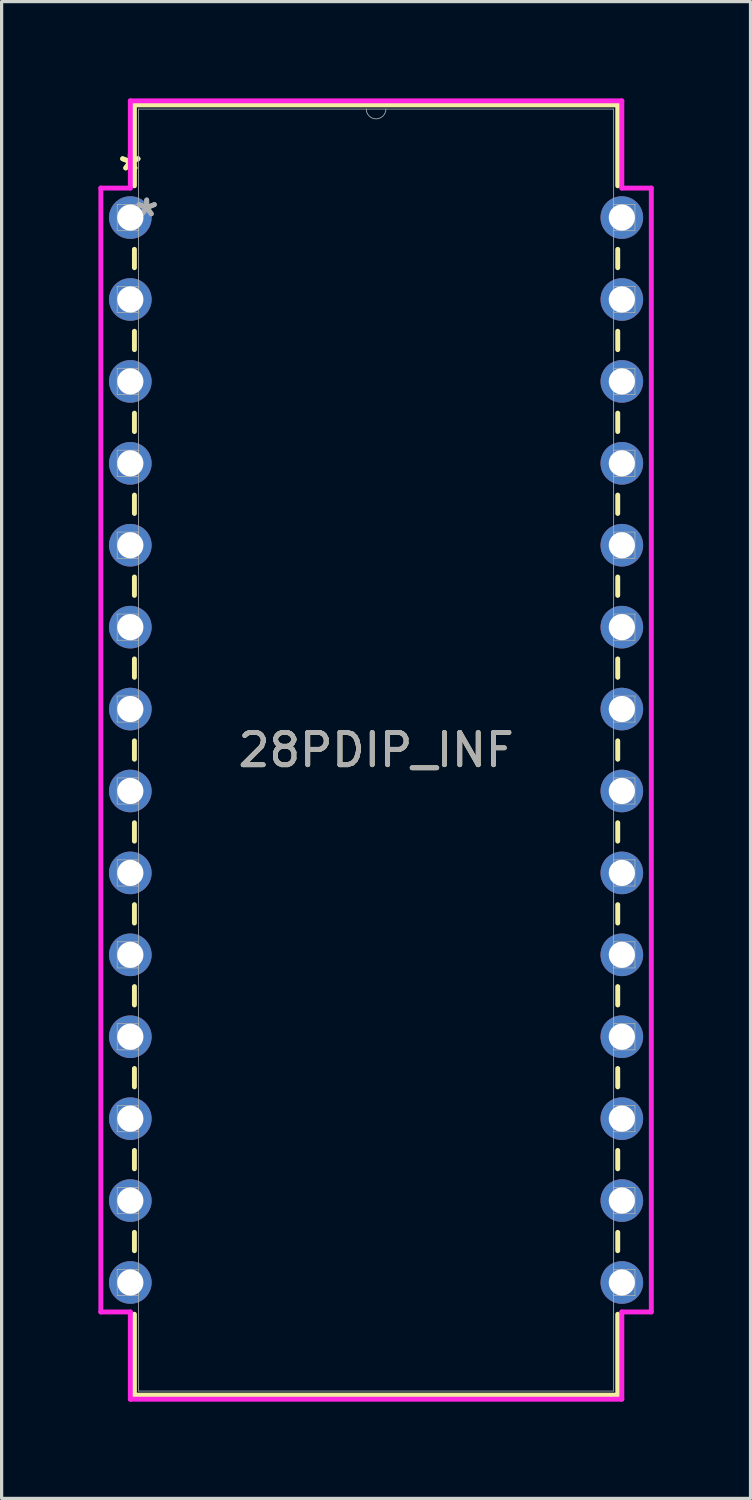
<source format=kicad_pcb>
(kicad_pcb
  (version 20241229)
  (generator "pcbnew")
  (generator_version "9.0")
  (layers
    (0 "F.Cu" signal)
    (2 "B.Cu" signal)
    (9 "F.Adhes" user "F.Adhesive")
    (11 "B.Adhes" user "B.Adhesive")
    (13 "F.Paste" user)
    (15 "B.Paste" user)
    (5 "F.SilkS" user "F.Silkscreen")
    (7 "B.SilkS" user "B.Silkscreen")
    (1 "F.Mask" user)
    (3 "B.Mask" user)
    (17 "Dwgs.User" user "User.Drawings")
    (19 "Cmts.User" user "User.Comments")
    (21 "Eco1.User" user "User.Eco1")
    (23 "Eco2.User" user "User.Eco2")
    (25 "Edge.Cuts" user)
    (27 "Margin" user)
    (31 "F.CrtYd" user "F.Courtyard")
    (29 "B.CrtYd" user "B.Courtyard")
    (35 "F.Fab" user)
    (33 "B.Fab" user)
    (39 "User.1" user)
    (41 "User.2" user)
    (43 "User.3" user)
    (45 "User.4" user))
  (footprint "28PDIP_INF"
    (layer "F.Cu")
    (at 0.991 3.696)
    (property "Reference" "28PDIP_INF" (at 7.62 16.51 0) (unlocked yes) (layer "F.SilkS") (effects (font (size 1 1) (thickness 0.15))))
    (attr through_hole)
    (fp_line (start 0.127 -3.493) (end 0.127 -0.985) (stroke (width 0.152) (type solid)) (layer "F.SilkS"))
    (fp_line (start 0.127 0.985) (end 0.127 1.555) (stroke (width 0.152) (type solid)) (layer "F.SilkS"))
    (fp_line (start 0.127 3.525) (end 0.127 4.095) (stroke (width 0.152) (type solid)) (layer "F.SilkS"))
    (fp_line (start 0.127 6.065) (end 0.127 6.635) (stroke (width 0.152) (type solid)) (layer "F.SilkS"))
    (fp_line (start 0.127 8.605) (end 0.127 9.175) (stroke (width 0.152) (type solid)) (layer "F.SilkS"))
    (fp_line (start 0.127 11.145) (end 0.127 11.715) (stroke (width 0.152) (type solid)) (layer "F.SilkS"))
    (fp_line (start 0.127 13.685) (end 0.127 14.255) (stroke (width 0.152) (type solid)) (layer "F.SilkS"))
    (fp_line (start 0.127 16.225) (end 0.127 16.795) (stroke (width 0.152) (type solid)) (layer "F.SilkS"))
    (fp_line (start 0.127 18.765) (end 0.127 19.335) (stroke (width 0.152) (type solid)) (layer "F.SilkS"))
    (fp_line (start 0.127 21.305) (end 0.127 21.875) (stroke (width 0.152) (type solid)) (layer "F.SilkS"))
    (fp_line (start 0.127 23.845) (end 0.127 24.415) (stroke (width 0.152) (type solid)) (layer "F.SilkS"))
    (fp_line (start 0.127 26.385) (end 0.127 26.955) (stroke (width 0.152) (type solid)) (layer "F.SilkS"))
    (fp_line (start 0.127 28.925) (end 0.127 29.495) (stroke (width 0.152) (type solid)) (layer "F.SilkS"))
    (fp_line (start 0.127 31.465) (end 0.127 32.035) (stroke (width 0.152) (type solid)) (layer "F.SilkS"))
    (fp_line (start 0.127 34.005) (end 0.127 36.513) (stroke (width 0.152) (type solid)) (layer "F.SilkS"))
    (fp_line (start 0.127 36.513) (end 15.113 36.513) (stroke (width 0.152) (type solid)) (layer "F.SilkS"))
    (fp_line (start 15.113 -3.493) (end 0.127 -3.493) (stroke (width 0.152) (type solid)) (layer "F.SilkS"))
    (fp_line (start 15.113 -0.985) (end 15.113 -3.493) (stroke (width 0.152) (type solid)) (layer "F.SilkS"))
    (fp_line (start 15.113 1.555) (end 15.113 0.985) (stroke (width 0.152) (type solid)) (layer "F.SilkS"))
    (fp_line (start 15.113 4.095) (end 15.113 3.525) (stroke (width 0.152) (type solid)) (layer "F.SilkS"))
    (fp_line (start 15.113 6.635) (end 15.113 6.065) (stroke (width 0.152) (type solid)) (layer "F.SilkS"))
    (fp_line (start 15.113 9.175) (end 15.113 8.605) (stroke (width 0.152) (type solid)) (layer "F.SilkS"))
    (fp_line (start 15.113 11.715) (end 15.113 11.145) (stroke (width 0.152) (type solid)) (layer "F.SilkS"))
    (fp_line (start 15.113 14.255) (end 15.113 13.685) (stroke (width 0.152) (type solid)) (layer "F.SilkS"))
    (fp_line (start 15.113 16.795) (end 15.113 16.225) (stroke (width 0.152) (type solid)) (layer "F.SilkS"))
    (fp_line (start 15.113 19.335) (end 15.113 18.765) (stroke (width 0.152) (type solid)) (layer "F.SilkS"))
    (fp_line (start 15.113 21.875) (end 15.113 21.305) (stroke (width 0.152) (type solid)) (layer "F.SilkS"))
    (fp_line (start 15.113 24.415) (end 15.113 23.845) (stroke (width 0.152) (type solid)) (layer "F.SilkS"))
    (fp_line (start 15.113 26.955) (end 15.113 26.385) (stroke (width 0.152) (type solid)) (layer "F.SilkS"))
    (fp_line (start 15.113 29.495) (end 15.113 28.925) (stroke (width 0.152) (type solid)) (layer "F.SilkS"))
    (fp_line (start 15.113 32.035) (end 15.113 31.465) (stroke (width 0.152) (type solid)) (layer "F.SilkS"))
    (fp_line (start 15.113 36.513) (end 15.113 34.005) (stroke (width 0.152) (type solid)) (layer "F.SilkS"))
    (fp_line (start -0.914 -0.914) (end 0 -0.914) (stroke (width 0.152) (type solid)) (layer "F.CrtYd"))
    (fp_line (start -0.914 33.934) (end -0.914 -0.914) (stroke (width 0.152) (type solid)) (layer "F.CrtYd"))
    (fp_line (start 0 -3.619) (end 15.24 -3.619) (stroke (width 0.152) (type solid)) (layer "F.CrtYd"))
    (fp_line (start 0 -0.914) (end 0 -3.619) (stroke (width 0.152) (type solid)) (layer "F.CrtYd"))
    (fp_line (start 0 33.934) (end -0.914 33.934) (stroke (width 0.152) (type solid)) (layer "F.CrtYd"))
    (fp_line (start 0 36.639) (end 0 33.934) (stroke (width 0.152) (type solid)) (layer "F.CrtYd"))
    (fp_line (start 15.24 -3.619) (end 15.24 -0.914) (stroke (width 0.152) (type solid)) (layer "F.CrtYd"))
    (fp_line (start 15.24 33.934) (end 15.24 36.639) (stroke (width 0.152) (type solid)) (layer "F.CrtYd"))
    (fp_line (start 15.24 36.639) (end 0 36.639) (stroke (width 0.152) (type solid)) (layer "F.CrtYd"))
    (fp_line (start 16.154 -0.914) (end 15.24 -0.914) (stroke (width 0.152) (type solid)) (layer "F.CrtYd"))
    (fp_line (start 16.154 -0.914) (end 16.154 33.934) (stroke (width 0.152) (type solid)) (layer "F.CrtYd"))
    (fp_line (start 16.154 33.934) (end 15.24 33.934) (stroke (width 0.152) (type solid)) (layer "F.CrtYd"))
    (fp_line (start -0.406 -0.406) (end -0.406 0.406) (stroke (width 0.025) (type solid)) (layer "F.Fab"))
    (fp_line (start -0.406 0.406) (end 0.254 0.406) (stroke (width 0.025) (type solid)) (layer "F.Fab"))
    (fp_line (start -0.406 2.134) (end -0.406 2.946) (stroke (width 0.025) (type solid)) (layer "F.Fab"))
    (fp_line (start -0.406 2.946) (end 0.254 2.946) (stroke (width 0.025) (type solid)) (layer "F.Fab"))
    (fp_line (start -0.406 4.674) (end -0.406 5.486) (stroke (width 0.025) (type solid)) (layer "F.Fab"))
    (fp_line (start -0.406 5.486) (end 0.254 5.486) (stroke (width 0.025) (type solid)) (layer "F.Fab"))
    (fp_line (start -0.406 7.214) (end -0.406 8.026) (stroke (width 0.025) (type solid)) (layer "F.Fab"))
    (fp_line (start -0.406 8.026) (end 0.254 8.026) (stroke (width 0.025) (type solid)) (layer "F.Fab"))
    (fp_line (start -0.406 9.754) (end -0.406 10.566) (stroke (width 0.025) (type solid)) (layer "F.Fab"))
    (fp_line (start -0.406 10.566) (end 0.254 10.566) (stroke (width 0.025) (type solid)) (layer "F.Fab"))
    (fp_line (start -0.406 12.294) (end -0.406 13.106) (stroke (width 0.025) (type solid)) (layer "F.Fab"))
    (fp_line (start -0.406 13.106) (end 0.254 13.106) (stroke (width 0.025) (type solid)) (layer "F.Fab"))
    (fp_line (start -0.406 14.834) (end -0.406 15.646) (stroke (width 0.025) (type solid)) (layer "F.Fab"))
    (fp_line (start -0.406 15.646) (end 0.254 15.646) (stroke (width 0.025) (type solid)) (layer "F.Fab"))
    (fp_line (start -0.406 17.374) (end -0.406 18.186) (stroke (width 0.025) (type solid)) (layer "F.Fab"))
    (fp_line (start -0.406 18.186) (end 0.254 18.186) (stroke (width 0.025) (type solid)) (layer "F.Fab"))
    (fp_line (start -0.406 19.914) (end -0.406 20.726) (stroke (width 0.025) (type solid)) (layer "F.Fab"))
    (fp_line (start -0.406 20.726) (end 0.254 20.726) (stroke (width 0.025) (type solid)) (layer "F.Fab"))
    (fp_line (start -0.406 22.454) (end -0.406 23.266) (stroke (width 0.025) (type solid)) (layer "F.Fab"))
    (fp_line (start -0.406 23.266) (end 0.254 23.266) (stroke (width 0.025) (type solid)) (layer "F.Fab"))
    (fp_line (start -0.406 24.994) (end -0.406 25.806) (stroke (width 0.025) (type solid)) (layer "F.Fab"))
    (fp_line (start -0.406 25.806) (end 0.254 25.806) (stroke (width 0.025) (type solid)) (layer "F.Fab"))
    (fp_line (start -0.406 27.534) (end -0.406 28.346) (stroke (width 0.025) (type solid)) (layer "F.Fab"))
    (fp_line (start -0.406 28.346) (end 0.254 28.346) (stroke (width 0.025) (type solid)) (layer "F.Fab"))
    (fp_line (start -0.406 30.074) (end -0.406 30.886) (stroke (width 0.025) (type solid)) (layer "F.Fab"))
    (fp_line (start -0.406 30.886) (end 0.254 30.886) (stroke (width 0.025) (type solid)) (layer "F.Fab"))
    (fp_line (start -0.406 32.614) (end -0.406 33.426) (stroke (width 0.025) (type solid)) (layer "F.Fab"))
    (fp_line (start -0.406 33.426) (end 0.254 33.426) (stroke (width 0.025) (type solid)) (layer "F.Fab"))
    (fp_line (start 0.254 -3.365) (end 0.254 36.386) (stroke (width 0.025) (type solid)) (layer "F.Fab"))
    (fp_line (start 0.254 -0.406) (end -0.406 -0.406) (stroke (width 0.025) (type solid)) (layer "F.Fab"))
    (fp_line (start 0.254 0.406) (end 0.254 -0.406) (stroke (width 0.025) (type solid)) (layer "F.Fab"))
    (fp_line (start 0.254 2.134) (end -0.406 2.134) (stroke (width 0.025) (type solid)) (layer "F.Fab"))
    (fp_line (start 0.254 2.946) (end 0.254 2.134) (stroke (width 0.025) (type solid)) (layer "F.Fab"))
    (fp_line (start 0.254 4.674) (end -0.406 4.674) (stroke (width 0.025) (type solid)) (layer "F.Fab"))
    (fp_line (start 0.254 5.486) (end 0.254 4.674) (stroke (width 0.025) (type solid)) (layer "F.Fab"))
    (fp_line (start 0.254 7.214) (end -0.406 7.214) (stroke (width 0.025) (type solid)) (layer "F.Fab"))
    (fp_line (start 0.254 8.026) (end 0.254 7.214) (stroke (width 0.025) (type solid)) (layer "F.Fab"))
    (fp_line (start 0.254 9.754) (end -0.406 9.754) (stroke (width 0.025) (type solid)) (layer "F.Fab"))
    (fp_line (start 0.254 10.566) (end 0.254 9.754) (stroke (width 0.025) (type solid)) (layer "F.Fab"))
    (fp_line (start 0.254 12.294) (end -0.406 12.294) (stroke (width 0.025) (type solid)) (layer "F.Fab"))
    (fp_line (start 0.254 13.106) (end 0.254 12.294) (stroke (width 0.025) (type solid)) (layer "F.Fab"))
    (fp_line (start 0.254 14.834) (end -0.406 14.834) (stroke (width 0.025) (type solid)) (layer "F.Fab"))
    (fp_line (start 0.254 15.646) (end 0.254 14.834) (stroke (width 0.025) (type solid)) (layer "F.Fab"))
    (fp_line (start 0.254 17.374) (end -0.406 17.374) (stroke (width 0.025) (type solid)) (layer "F.Fab"))
    (fp_line (start 0.254 18.186) (end 0.254 17.374) (stroke (width 0.025) (type solid)) (layer "F.Fab"))
    (fp_line (start 0.254 19.914) (end -0.406 19.914) (stroke (width 0.025) (type solid)) (layer "F.Fab"))
    (fp_line (start 0.254 20.726) (end 0.254 19.914) (stroke (width 0.025) (type solid)) (layer "F.Fab"))
    (fp_line (start 0.254 22.454) (end -0.406 22.454) (stroke (width 0.025) (type solid)) (layer "F.Fab"))
    (fp_line (start 0.254 23.266) (end 0.254 22.454) (stroke (width 0.025) (type solid)) (layer "F.Fab"))
    (fp_line (start 0.254 24.994) (end -0.406 24.994) (stroke (width 0.025) (type solid)) (layer "F.Fab"))
    (fp_line (start 0.254 25.806) (end 0.254 24.994) (stroke (width 0.025) (type solid)) (layer "F.Fab"))
    (fp_line (start 0.254 27.534) (end -0.406 27.534) (stroke (width 0.025) (type solid)) (layer "F.Fab"))
    (fp_line (start 0.254 28.346) (end 0.254 27.534) (stroke (width 0.025) (type solid)) (layer "F.Fab"))
    (fp_line (start 0.254 30.074) (end -0.406 30.074) (stroke (width 0.025) (type solid)) (layer "F.Fab"))
    (fp_line (start 0.254 30.886) (end 0.254 30.074) (stroke (width 0.025) (type solid)) (layer "F.Fab"))
    (fp_line (start 0.254 32.614) (end -0.406 32.614) (stroke (width 0.025) (type solid)) (layer "F.Fab"))
    (fp_line (start 0.254 33.426) (end 0.254 32.614) (stroke (width 0.025) (type solid)) (layer "F.Fab"))
    (fp_line (start 0.254 36.386) (end 14.986 36.386) (stroke (width 0.025) (type solid)) (layer "F.Fab"))
    (fp_line (start 14.986 -3.365) (end 0.254 -3.365) (stroke (width 0.025) (type solid)) (layer "F.Fab"))
    (fp_line (start 14.986 -0.406) (end 14.986 0.406) (stroke (width 0.025) (type solid)) (layer "F.Fab"))
    (fp_line (start 14.986 0.406) (end 15.646 0.406) (stroke (width 0.025) (type solid)) (layer "F.Fab"))
    (fp_line (start 14.986 2.134) (end 14.986 2.946) (stroke (width 0.025) (type solid)) (layer "F.Fab"))
    (fp_line (start 14.986 2.946) (end 15.646 2.946) (stroke (width 0.025) (type solid)) (layer "F.Fab"))
    (fp_line (start 14.986 4.674) (end 14.986 5.486) (stroke (width 0.025) (type solid)) (layer "F.Fab"))
    (fp_line (start 14.986 5.486) (end 15.646 5.486) (stroke (width 0.025) (type solid)) (layer "F.Fab"))
    (fp_line (start 14.986 7.214) (end 14.986 8.026) (stroke (width 0.025) (type solid)) (layer "F.Fab"))
    (fp_line (start 14.986 8.026) (end 15.646 8.026) (stroke (width 0.025) (type solid)) (layer "F.Fab"))
    (fp_line (start 14.986 9.754) (end 14.986 10.566) (stroke (width 0.025) (type solid)) (layer "F.Fab"))
    (fp_line (start 14.986 10.566) (end 15.646 10.566) (stroke (width 0.025) (type solid)) (layer "F.Fab"))
    (fp_line (start 14.986 12.294) (end 14.986 13.106) (stroke (width 0.025) (type solid)) (layer "F.Fab"))
    (fp_line (start 14.986 13.106) (end 15.646 13.106) (stroke (width 0.025) (type solid)) (layer "F.Fab"))
    (fp_line (start 14.986 14.834) (end 14.986 15.646) (stroke (width 0.025) (type solid)) (layer "F.Fab"))
    (fp_line (start 14.986 15.646) (end 15.646 15.646) (stroke (width 0.025) (type solid)) (layer "F.Fab"))
    (fp_line (start 14.986 17.374) (end 14.986 18.186) (stroke (width 0.025) (type solid)) (layer "F.Fab"))
    (fp_line (start 14.986 18.186) (end 15.646 18.186) (stroke (width 0.025) (type solid)) (layer "F.Fab"))
    (fp_line (start 14.986 19.914) (end 14.986 20.726) (stroke (width 0.025) (type solid)) (layer "F.Fab"))
    (fp_line (start 14.986 20.726) (end 15.646 20.726) (stroke (width 0.025) (type solid)) (layer "F.Fab"))
    (fp_line (start 14.986 22.454) (end 14.986 23.266) (stroke (width 0.025) (type solid)) (layer "F.Fab"))
    (fp_line (start 14.986 23.266) (end 15.646 23.266) (stroke (width 0.025) (type solid)) (layer "F.Fab"))
    (fp_line (start 14.986 24.994) (end 14.986 25.806) (stroke (width 0.025) (type solid)) (layer "F.Fab"))
    (fp_line (start 14.986 25.806) (end 15.646 25.806) (stroke (width 0.025) (type solid)) (layer "F.Fab"))
    (fp_line (start 14.986 27.534) (end 14.986 28.346) (stroke (width 0.025) (type solid)) (layer "F.Fab"))
    (fp_line (start 14.986 28.346) (end 15.646 28.346) (stroke (width 0.025) (type solid)) (layer "F.Fab"))
    (fp_line (start 14.986 30.074) (end 14.986 30.886) (stroke (width 0.025) (type solid)) (layer "F.Fab"))
    (fp_line (start 14.986 30.886) (end 15.646 30.886) (stroke (width 0.025) (type solid)) (layer "F.Fab"))
    (fp_line (start 14.986 32.614) (end 14.986 33.426) (stroke (width 0.025) (type solid)) (layer "F.Fab"))
    (fp_line (start 14.986 33.426) (end 15.646 33.426) (stroke (width 0.025) (type solid)) (layer "F.Fab"))
    (fp_line (start 14.986 36.386) (end 14.986 -3.365) (stroke (width 0.025) (type solid)) (layer "F.Fab"))
    (fp_line (start 15.646 -0.406) (end 14.986 -0.406) (stroke (width 0.025) (type solid)) (layer "F.Fab"))
    (fp_line (start 15.646 0.406) (end 15.646 -0.406) (stroke (width 0.025) (type solid)) (layer "F.Fab"))
    (fp_line (start 15.646 2.134) (end 14.986 2.134) (stroke (width 0.025) (type solid)) (layer "F.Fab"))
    (fp_line (start 15.646 2.946) (end 15.646 2.134) (stroke (width 0.025) (type solid)) (layer "F.Fab"))
    (fp_line (start 15.646 4.674) (end 14.986 4.674) (stroke (width 0.025) (type solid)) (layer "F.Fab"))
    (fp_line (start 15.646 5.486) (end 15.646 4.674) (stroke (width 0.025) (type solid)) (layer "F.Fab"))
    (fp_line (start 15.646 7.214) (end 14.986 7.214) (stroke (width 0.025) (type solid)) (layer "F.Fab"))
    (fp_line (start 15.646 8.026) (end 15.646 7.214) (stroke (width 0.025) (type solid)) (layer "F.Fab"))
    (fp_line (start 15.646 9.754) (end 14.986 9.754) (stroke (width 0.025) (type solid)) (layer "F.Fab"))
    (fp_line (start 15.646 10.566) (end 15.646 9.754) (stroke (width 0.025) (type solid)) (layer "F.Fab"))
    (fp_line (start 15.646 12.294) (end 14.986 12.294) (stroke (width 0.025) (type solid)) (layer "F.Fab"))
    (fp_line (start 15.646 13.106) (end 15.646 12.294) (stroke (width 0.025) (type solid)) (layer "F.Fab"))
    (fp_line (start 15.646 14.834) (end 14.986 14.834) (stroke (width 0.025) (type solid)) (layer "F.Fab"))
    (fp_line (start 15.646 15.646) (end 15.646 14.834) (stroke (width 0.025) (type solid)) (layer "F.Fab"))
    (fp_line (start 15.646 17.374) (end 14.986 17.374) (stroke (width 0.025) (type solid)) (layer "F.Fab"))
    (fp_line (start 15.646 18.186) (end 15.646 17.374) (stroke (width 0.025) (type solid)) (layer "F.Fab"))
    (fp_line (start 15.646 19.914) (end 14.986 19.914) (stroke (width 0.025) (type solid)) (layer "F.Fab"))
    (fp_line (start 15.646 20.726) (end 15.646 19.914) (stroke (width 0.025) (type solid)) (layer "F.Fab"))
    (fp_line (start 15.646 22.454) (end 14.986 22.454) (stroke (width 0.025) (type solid)) (layer "F.Fab"))
    (fp_line (start 15.646 23.266) (end 15.646 22.454) (stroke (width 0.025) (type solid)) (layer "F.Fab"))
    (fp_line (start 15.646 24.994) (end 14.986 24.994) (stroke (width 0.025) (type solid)) (layer "F.Fab"))
    (fp_line (start 15.646 25.806) (end 15.646 24.994) (stroke (width 0.025) (type solid)) (layer "F.Fab"))
    (fp_line (start 15.646 27.534) (end 14.986 27.534) (stroke (width 0.025) (type solid)) (layer "F.Fab"))
    (fp_line (start 15.646 28.346) (end 15.646 27.534) (stroke (width 0.025) (type solid)) (layer "F.Fab"))
    (fp_line (start 15.646 30.074) (end 14.986 30.074) (stroke (width 0.025) (type solid)) (layer "F.Fab"))
    (fp_line (start 15.646 30.886) (end 15.646 30.074) (stroke (width 0.025) (type solid)) (layer "F.Fab"))
    (fp_line (start 15.646 32.614) (end 14.986 32.614) (stroke (width 0.025) (type solid)) (layer "F.Fab"))
    (fp_line (start 15.646 33.426) (end 15.646 32.614) (stroke (width 0.025) (type solid)) (layer "F.Fab"))
    (fp_arc (start 7.9248 -3.3655) (mid 7.62 -3.0607) (end 7.3152 -3.3655) (stroke (width 0.0254) (type solid)) (layer "F.Fab"))
    (fp_text user "*" (at 0 -1.422 0) (layer "F.SilkS") (effects (font (size 1 1) (thickness 0.15))))
    (fp_text user "*" (at 0 -1.422 0) (unlocked yes) (layer "F.SilkS") (effects (font (size 1 1) (thickness 0.15))))
    (fp_text user "*" (at 0.508 0 0) (layer "F.Fab") (effects (font (size 1 1) (thickness 0.15))))
    (fp_text user "*" (at 0.508 0 0) (unlocked yes) (layer "F.Fab") (effects (font (size 1 1) (thickness 0.15))))
    (fp_text user "${REFERENCE}" (at 7.62 16.51 0) (unlocked yes) (layer "F.Fab") (effects (font (size 1 1) (thickness 0.15))))
    (pad "1" thru_hole circle (at 0 0) (size 1.321 1.321) (drill 0.813) (layers "*.Cu" "*.Mask"))
    (pad "2" thru_hole circle (at 0 2.54) (size 1.321 1.321) (drill 0.813) (layers "*.Cu" "*.Mask"))
    (pad "3" thru_hole circle (at 0 5.08) (size 1.321 1.321) (drill 0.813) (layers "*.Cu" "*.Mask"))
    (pad "4" thru_hole circle (at 0 7.62) (size 1.321 1.321) (drill 0.813) (layers "*.Cu" "*.Mask"))
    (pad "5" thru_hole circle (at 0 10.16) (size 1.321 1.321) (drill 0.813) (layers "*.Cu" "*.Mask"))
    (pad "6" thru_hole circle (at 0 12.7) (size 1.321 1.321) (drill 0.813) (layers "*.Cu" "*.Mask"))
    (pad "7" thru_hole circle (at 0 15.24) (size 1.321 1.321) (drill 0.813) (layers "*.Cu" "*.Mask"))
    (pad "8" thru_hole circle (at 0 17.78) (size 1.321 1.321) (drill 0.813) (layers "*.Cu" "*.Mask"))
    (pad "9" thru_hole circle (at 0 20.32) (size 1.321 1.321) (drill 0.813) (layers "*.Cu" "*.Mask"))
    (pad "10" thru_hole circle (at 0 22.86) (size 1.321 1.321) (drill 0.813) (layers "*.Cu" "*.Mask"))
    (pad "11" thru_hole circle (at 0 25.4) (size 1.321 1.321) (drill 0.813) (layers "*.Cu" "*.Mask"))
    (pad "12" thru_hole circle (at 0 27.94) (size 1.321 1.321) (drill 0.813) (layers "*.Cu" "*.Mask"))
    (pad "13" thru_hole circle (at 0 30.48) (size 1.321 1.321) (drill 0.813) (layers "*.Cu" "*.Mask"))
    (pad "14" thru_hole circle (at 0 33.02) (size 1.321 1.321) (drill 0.813) (layers "*.Cu" "*.Mask"))
    (pad "15" thru_hole circle (at 15.24 33.02) (size 1.321 1.321) (drill 0.813) (layers "*.Cu" "*.Mask"))
    (pad "16" thru_hole circle (at 15.24 30.48) (size 1.321 1.321) (drill 0.813) (layers "*.Cu" "*.Mask"))
    (pad "17" thru_hole circle (at 15.24 27.94) (size 1.321 1.321) (drill 0.813) (layers "*.Cu" "*.Mask"))
    (pad "18" thru_hole circle (at 15.24 25.4) (size 1.321 1.321) (drill 0.813) (layers "*.Cu" "*.Mask"))
    (pad "19" thru_hole circle (at 15.24 22.86) (size 1.321 1.321) (drill 0.813) (layers "*.Cu" "*.Mask"))
    (pad "20" thru_hole circle (at 15.24 20.32) (size 1.321 1.321) (drill 0.813) (layers "*.Cu" "*.Mask"))
    (pad "21" thru_hole circle (at 15.24 17.78) (size 1.321 1.321) (drill 0.813) (layers "*.Cu" "*.Mask"))
    (pad "22" thru_hole circle (at 15.24 15.24) (size 1.321 1.321) (drill 0.813) (layers "*.Cu" "*.Mask"))
    (pad "23" thru_hole circle (at 15.24 12.7) (size 1.321 1.321) (drill 0.813) (layers "*.Cu" "*.Mask"))
    (pad "24" thru_hole circle (at 15.24 10.16) (size 1.321 1.321) (drill 0.813) (layers "*.Cu" "*.Mask"))
    (pad "25" thru_hole circle (at 15.24 7.62) (size 1.321 1.321) (drill 0.813) (layers "*.Cu" "*.Mask"))
    (pad "26" thru_hole circle (at 15.24 5.08) (size 1.321 1.321) (drill 0.813) (layers "*.Cu" "*.Mask"))
    (pad "27" thru_hole circle (at 15.24 2.54) (size 1.321 1.321) (drill 0.813) (layers "*.Cu" "*.Mask"))
    (pad "28" thru_hole circle (at 15.24 0) (size 1.321 1.321) (drill 0.813) (layers "*.Cu" "*.Mask")))
  (gr_rect
    (start -3 -3)
    (end 20.221 43.411)
    (stroke (width 0.1) (type default))
    (fill no)
    (layer "Edge.Cuts")))
</source>
